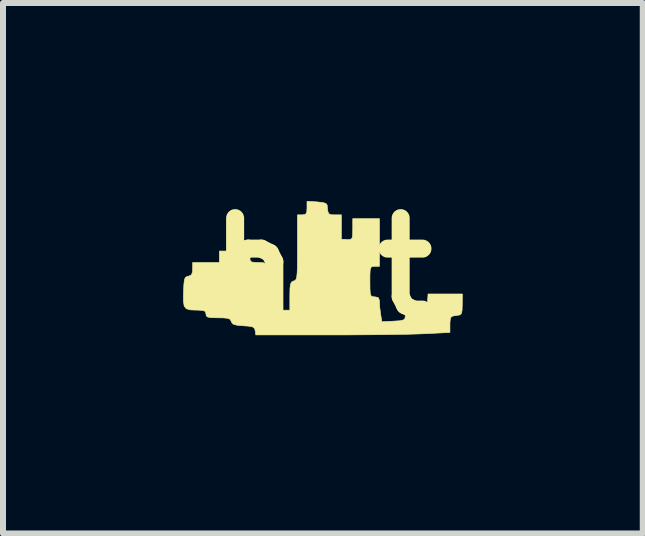
<source format=kicad_pcb>
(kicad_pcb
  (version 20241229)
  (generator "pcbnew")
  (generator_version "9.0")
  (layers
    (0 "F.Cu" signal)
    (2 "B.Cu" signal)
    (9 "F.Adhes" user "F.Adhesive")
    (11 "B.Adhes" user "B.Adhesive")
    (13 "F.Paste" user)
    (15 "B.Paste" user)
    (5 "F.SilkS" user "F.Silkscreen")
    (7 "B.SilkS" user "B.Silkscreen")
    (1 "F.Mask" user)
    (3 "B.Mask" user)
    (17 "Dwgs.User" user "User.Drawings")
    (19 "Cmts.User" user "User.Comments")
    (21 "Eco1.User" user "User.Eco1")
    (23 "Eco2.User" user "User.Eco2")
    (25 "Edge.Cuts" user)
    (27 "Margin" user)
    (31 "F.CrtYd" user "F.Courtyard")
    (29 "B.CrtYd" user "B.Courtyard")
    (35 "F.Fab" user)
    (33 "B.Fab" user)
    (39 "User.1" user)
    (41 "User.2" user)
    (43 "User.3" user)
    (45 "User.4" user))
  (footprint "hat"
    (layer "F.Cu")
    (at 2.318 1.418)
    (property "Reference" "hat" (at 0 0 0) (layer "F.SilkS") (effects (font (size 1.524 1.524) (thickness 0.3))))
    (attr through_hole)
    (fp_poly (pts (xy -0.087 -1.105) (xy 0.019 -1.093) (xy 0.072 -1.07) (xy 0.082 -1.048) (xy 0.091 -0.954) (xy 0.109 -0.907) (xy 0.149 -0.891) (xy 0.206 -0.889) (xy 0.318 -0.889) (xy 0.318 -0.476) (xy 0.413 -0.476) (xy 0.467 -0.479) (xy 0.496 -0.498) (xy 0.506 -0.55) (xy 0.508 -0.648) (xy 0.508 -0.651) (xy 0.508 -0.826) (xy 0.953 -0.826) (xy 0.953 -0.032) (xy 0.873 -0.032) (xy 0.834 -0.029) (xy 0.81 -0.012) (xy 0.798 0.031) (xy 0.794 0.115) (xy 0.794 0.222) (xy 0.795 0.348) (xy 0.8 0.424) (xy 0.814 0.461) (xy 0.84 0.475) (xy 0.873 0.476) (xy 0.932 0.488) (xy 0.952 0.535) (xy 0.953 0.564) (xy 0.958 0.656) (xy 0.972 0.762) (xy 0.973 0.771) (xy 0.993 0.892) (xy 1.187 0.882) (xy 1.295 0.875) (xy 1.354 0.861) (xy 1.378 0.837) (xy 1.381 0.81) (xy 1.389 0.773) (xy 1.424 0.752) (xy 1.5 0.741) (xy 1.562 0.737) (xy 1.743 0.727) (xy 1.753 0.578) (xy 1.762 0.429) (xy 2.334 0.429) (xy 2.332 0.603) (xy 2.329 0.703) (xy 2.317 0.756) (xy 2.287 0.779) (xy 2.229 0.788) (xy 2.228 0.788) (xy 2.165 0.799) (xy 2.136 0.827) (xy 2.128 0.892) (xy 2.127 0.934) (xy 2.127 1.07) (xy 1.722 1.09) (xy 1.596 1.095) (xy 1.416 1.1) (xy 1.193 1.103) (xy 0.938 1.107) (xy 0.66 1.109) (xy 0.37 1.111) (xy 0.105 1.111) (xy -1.107 1.111) (xy -1.117 1.04) (xy -1.13 0.999) (xy -1.164 0.976) (xy -1.235 0.964) (xy -1.313 0.959) (xy -1.422 0.949) (xy -1.483 0.932) (xy -1.511 0.901) (xy -1.515 0.887) (xy -1.533 0.853) (xy -1.573 0.834) (xy -1.651 0.827) (xy -1.734 0.826) (xy -1.845 0.823) (xy -1.906 0.814) (xy -1.932 0.794) (xy -1.937 0.762) (xy -1.946 0.723) (xy -1.983 0.704) (xy -2.064 0.698) (xy -2.088 0.698) (xy -2.196 0.694) (xy -2.264 0.675) (xy -2.3 0.63) (xy -2.313 0.545) (xy -2.312 0.411) (xy -2.311 0.394) (xy -2.305 0.268) (xy -2.296 0.192) (xy -2.279 0.153) (xy -2.25 0.136) (xy -2.23 0.133) (xy -2.181 0.113) (xy -2.161 0.062) (xy -2.159 0.014) (xy -2.159 -0.095) (xy -1.714 -0.095) (xy -1.714 -0.286) (xy -1.206 -0.286) (xy -1.206 -0.191) (xy -1.202 -0.132) (xy -1.178 -0.104) (xy -1.116 -0.096) (xy -1.066 -0.095) (xy -0.978 -0.091) (xy -0.933 -0.072) (xy -0.911 -0.025) (xy -0.906 -0.005) (xy -0.893 0.07) (xy -0.891 0.115) (xy -0.894 0.161) (xy -0.894 0.246) (xy -0.893 0.294) (xy -0.884 0.392) (xy -0.863 0.437) (xy -0.841 0.445) (xy -0.808 0.465) (xy -0.795 0.535) (xy -0.794 0.572) (xy -0.791 0.653) (xy -0.769 0.689) (xy -0.711 0.698) (xy -0.667 0.699) (xy -0.54 0.699) (xy -0.54 0.464) (xy -0.538 0.342) (xy -0.53 0.269) (xy -0.512 0.231) (xy -0.481 0.214) (xy -0.476 0.213) (xy -0.453 0.204) (xy -0.436 0.184) (xy -0.425 0.144) (xy -0.418 0.076) (xy -0.414 -0.031) (xy -0.413 -0.185) (xy -0.413 -0.346) (xy -0.413 -0.889) (xy -0.333 -0.889) (xy -0.28 -0.897) (xy -0.258 -0.934) (xy -0.254 -1.002) (xy -0.254 -1.115) (xy -0.087 -1.105)) (stroke (width 0.01) (type solid)) (fill yes) (layer "F.SilkS")))
  (gr_rect
    (start -3 -3)
    (end 7.657 5.836)
    (stroke (width 0.1) (type default))
    (fill no)
    (layer "Edge.Cuts")))
</source>
